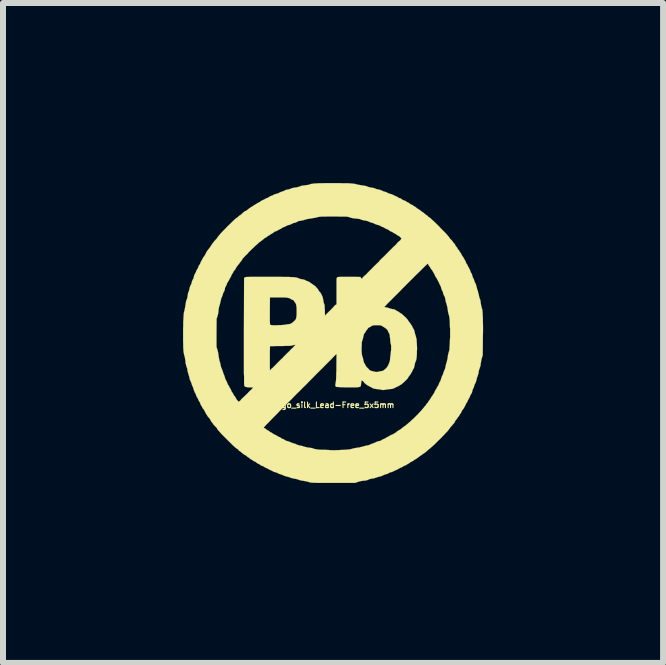
<source format=kicad_pcb>
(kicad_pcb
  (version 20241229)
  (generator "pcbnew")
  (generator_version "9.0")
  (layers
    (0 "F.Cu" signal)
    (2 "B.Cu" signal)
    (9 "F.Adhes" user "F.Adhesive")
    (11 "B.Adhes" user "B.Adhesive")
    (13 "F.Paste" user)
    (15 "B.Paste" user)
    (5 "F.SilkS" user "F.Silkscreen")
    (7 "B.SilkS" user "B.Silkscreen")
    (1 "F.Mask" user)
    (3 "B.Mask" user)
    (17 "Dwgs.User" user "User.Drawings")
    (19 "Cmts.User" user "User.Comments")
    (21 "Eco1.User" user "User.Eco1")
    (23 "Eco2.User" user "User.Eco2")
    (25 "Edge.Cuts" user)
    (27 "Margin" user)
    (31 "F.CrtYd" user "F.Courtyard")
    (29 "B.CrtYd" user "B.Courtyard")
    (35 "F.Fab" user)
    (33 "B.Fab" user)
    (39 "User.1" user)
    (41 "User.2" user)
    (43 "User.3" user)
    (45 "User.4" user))
  (footprint "Logo_silk_Lead-Free_5x5mm"
    (layer "F.Cu")
    (at 2.501 2.501)
    (property "Reference" "Logo_silk_Lead-Free_5x5mm" (at 0 1.2 0) (layer "F.SilkS") (effects (font (size 0.094 0.094) (thickness 0.018))))
    (attr exclude_from_pos_files exclude_from_bom)
    (fp_poly (pts (xy 2.499 -0.033) (xy 2.497 0.056) (xy 2.497 0.081) (xy 2.494 0.368) (xy 2.479 0.419) (xy 2.471 0.447) (xy 2.466 0.478) (xy 2.461 0.505) (xy 2.461 0.513) (xy 2.454 0.556) (xy 2.443 0.584) (xy 2.436 0.607) (xy 2.428 0.632) (xy 2.426 0.653) (xy 2.421 0.678) (xy 2.413 0.704) (xy 2.408 0.721) (xy 2.398 0.744) (xy 2.393 0.767) (xy 2.39 0.78) (xy 2.385 0.8) (xy 2.377 0.823) (xy 2.372 0.833) (xy 2.362 0.853) (xy 2.355 0.871) (xy 2.352 0.881) (xy 2.347 0.899) (xy 2.339 0.919) (xy 2.337 0.922) (xy 2.329 0.937) (xy 2.322 0.958) (xy 2.319 0.973) (xy 2.314 0.993) (xy 2.306 1.008) (xy 2.301 1.016) (xy 2.294 1.026) (xy 2.286 1.041) (xy 2.283 1.052) (xy 2.276 1.069) (xy 2.266 1.087) (xy 2.261 1.095) (xy 2.253 1.11) (xy 2.245 1.125) (xy 2.24 1.143) (xy 2.23 1.156) (xy 2.22 1.171) (xy 2.212 1.189) (xy 2.202 1.209) (xy 2.189 1.234) (xy 2.174 1.26) (xy 2.159 1.28) (xy 2.156 1.283) (xy 2.146 1.295) (xy 2.141 1.308) (xy 2.141 1.311) (xy 2.139 1.318) (xy 2.131 1.331) (xy 2.123 1.341) (xy 2.113 1.356) (xy 2.103 1.374) (xy 2.101 1.379) (xy 2.093 1.389) (xy 2.088 1.394) (xy 2.088 1.397) (xy 2.083 1.4) (xy 2.075 1.41) (xy 2.075 1.412) (xy 2.065 1.427) (xy 2.052 1.445) (xy 2.047 1.45) (xy 2.037 1.463) (xy 2.032 1.473) (xy 2.029 1.476) (xy 2.029 1.481) (xy 2.027 1.486) (xy 2.022 1.494) (xy 2.012 1.506) (xy 1.996 1.524) (xy 1.976 1.549) (xy 1.968 1.554) (xy 1.953 1.575) (xy 1.951 1.577) (xy 1.951 0.008) (xy 1.951 -0.008) (xy 1.951 -0.025) (xy 1.951 -0.046) (xy 1.951 -0.069) (xy 1.948 -0.097) (xy 1.946 -0.147) (xy 1.946 -0.188) (xy 1.943 -0.221) (xy 1.941 -0.246) (xy 1.938 -0.267) (xy 1.935 -0.282) (xy 1.933 -0.292) (xy 1.93 -0.302) (xy 1.928 -0.307) (xy 1.923 -0.325) (xy 1.918 -0.348) (xy 1.913 -0.373) (xy 1.913 -0.381) (xy 1.908 -0.414) (xy 1.902 -0.445) (xy 1.895 -0.47) (xy 1.887 -0.498) (xy 1.88 -0.518) (xy 1.875 -0.544) (xy 1.872 -0.559) (xy 1.867 -0.587) (xy 1.859 -0.61) (xy 1.857 -0.612) (xy 1.849 -0.627) (xy 1.839 -0.648) (xy 1.836 -0.66) (xy 1.831 -0.681) (xy 1.824 -0.699) (xy 1.819 -0.706) (xy 1.811 -0.721) (xy 1.806 -0.739) (xy 1.803 -0.747) (xy 1.798 -0.767) (xy 1.791 -0.787) (xy 1.788 -0.792) (xy 1.778 -0.81) (xy 1.768 -0.831) (xy 1.768 -0.833) (xy 1.758 -0.853) (xy 1.748 -0.874) (xy 1.745 -0.876) (xy 1.737 -0.892) (xy 1.732 -0.902) (xy 1.732 -0.904) (xy 1.727 -0.912) (xy 1.72 -0.922) (xy 1.717 -0.927) (xy 1.704 -0.945) (xy 1.697 -0.965) (xy 1.694 -0.968) (xy 1.687 -0.986) (xy 1.676 -1.003) (xy 1.674 -1.008) (xy 1.664 -1.024) (xy 1.659 -1.034) (xy 1.656 -1.036) (xy 1.654 -1.044) (xy 1.646 -1.054) (xy 1.636 -1.064) (xy 1.626 -1.079) (xy 1.623 -1.087) (xy 1.613 -1.102) (xy 1.605 -1.113) (xy 1.603 -1.115) (xy 1.598 -1.123) (xy 1.59 -1.135) (xy 1.59 -1.138) (xy 1.582 -1.151) (xy 1.577 -1.156) (xy 1.575 -1.156) (xy 1.572 -1.153) (xy 1.56 -1.14) (xy 1.542 -1.125) (xy 1.519 -1.102) (xy 1.491 -1.074) (xy 1.458 -1.041) (xy 1.422 -1.006) (xy 1.382 -0.968) (xy 1.341 -0.927) (xy 1.298 -0.884) (xy 1.252 -0.838) (xy 1.209 -0.795) (xy 1.163 -0.749) (xy 1.14 -0.726) (xy 1.14 -1.577) (xy 1.12 -1.598) (xy 1.105 -1.613) (xy 1.09 -1.621) (xy 1.082 -1.626) (xy 1.067 -1.633) (xy 1.054 -1.643) (xy 1.041 -1.654) (xy 1.029 -1.659) (xy 1.013 -1.666) (xy 1.003 -1.674) (xy 0.993 -1.681) (xy 0.978 -1.689) (xy 0.97 -1.692) (xy 0.953 -1.699) (xy 0.935 -1.709) (xy 0.932 -1.714) (xy 0.917 -1.725) (xy 0.899 -1.732) (xy 0.897 -1.732) (xy 0.879 -1.74) (xy 0.864 -1.75) (xy 0.861 -1.75) (xy 0.846 -1.76) (xy 0.828 -1.768) (xy 0.826 -1.768) (xy 0.808 -1.775) (xy 0.792 -1.783) (xy 0.792 -1.786) (xy 0.78 -1.791) (xy 0.762 -1.798) (xy 0.744 -1.803) (xy 0.724 -1.808) (xy 0.704 -1.816) (xy 0.693 -1.821) (xy 0.678 -1.829) (xy 0.658 -1.836) (xy 0.648 -1.839) (xy 0.627 -1.844) (xy 0.605 -1.854) (xy 0.597 -1.857) (xy 0.574 -1.867) (xy 0.541 -1.875) (xy 0.533 -1.875) (xy 0.508 -1.88) (xy 0.485 -1.885) (xy 0.467 -1.892) (xy 0.445 -1.9) (xy 0.414 -1.905) (xy 0.396 -1.908) (xy 0.361 -1.91) (xy 0.333 -1.915) (xy 0.312 -1.918) (xy 0.295 -1.923) (xy 0.279 -1.928) (xy 0.274 -1.93) (xy 0.267 -1.933) (xy 0.259 -1.935) (xy 0.251 -1.938) (xy 0.241 -1.938) (xy 0.226 -1.941) (xy 0.208 -1.941) (xy 0.183 -1.941) (xy 0.152 -1.941) (xy 0.114 -1.941) (xy 0.069 -1.943) (xy 0.01 -1.943) (xy -0.046 -1.943) (xy -0.091 -1.943) (xy -0.13 -1.941) (xy -0.16 -1.941) (xy -0.185 -1.941) (xy -0.206 -1.941) (xy -0.221 -1.938) (xy -0.234 -1.938) (xy -0.244 -1.935) (xy -0.254 -1.933) (xy -0.264 -1.93) (xy -0.267 -1.93) (xy -0.292 -1.923) (xy -0.323 -1.918) (xy -0.353 -1.913) (xy -0.368 -1.91) (xy -0.399 -1.905) (xy -0.432 -1.9) (xy -0.457 -1.892) (xy -0.467 -1.89) (xy -0.493 -1.882) (xy -0.518 -1.877) (xy -0.541 -1.872) (xy -0.574 -1.867) (xy -0.594 -1.857) (xy -0.612 -1.847) (xy -0.632 -1.839) (xy -0.638 -1.839) (xy -0.66 -1.834) (xy -0.681 -1.824) (xy -0.688 -1.821) (xy -0.706 -1.811) (xy -0.729 -1.803) (xy -0.739 -1.801) (xy -0.757 -1.796) (xy -0.775 -1.788) (xy -0.782 -1.786) (xy -0.795 -1.775) (xy -0.813 -1.77) (xy -0.815 -1.768) (xy -0.833 -1.763) (xy -0.846 -1.755) (xy -0.848 -1.753) (xy -0.861 -1.745) (xy -0.876 -1.735) (xy -0.889 -1.73) (xy -0.909 -1.72) (xy -0.927 -1.709) (xy -0.937 -1.704) (xy -0.95 -1.697) (xy -0.963 -1.694) (xy -0.965 -1.694) (xy -0.973 -1.692) (xy -0.983 -1.684) (xy -0.993 -1.674) (xy -1.011 -1.664) (xy -1.013 -1.661) (xy -1.031 -1.651) (xy -1.049 -1.641) (xy -1.052 -1.638) (xy -1.062 -1.628) (xy -1.072 -1.626) (xy -1.082 -1.621) (xy -1.092 -1.613) (xy -1.102 -1.605) (xy -1.115 -1.595) (xy -1.125 -1.59) (xy -1.13 -1.587) (xy -1.135 -1.585) (xy -1.148 -1.577) (xy -1.158 -1.567) (xy -1.179 -1.549) (xy -1.196 -1.537) (xy -1.209 -1.527) (xy -1.222 -1.519) (xy -1.232 -1.511) (xy -1.25 -1.494) (xy -1.273 -1.473) (xy -1.3 -1.45) (xy -1.328 -1.422) (xy -1.356 -1.397) (xy -1.384 -1.369) (xy -1.41 -1.344) (xy -1.415 -1.336) (xy -1.435 -1.313) (xy -1.458 -1.293) (xy -1.476 -1.273) (xy -1.488 -1.26) (xy -1.494 -1.255) (xy -1.506 -1.24) (xy -1.516 -1.224) (xy -1.521 -1.217) (xy -1.529 -1.204) (xy -1.534 -1.194) (xy -1.537 -1.194) (xy -1.544 -1.186) (xy -1.552 -1.176) (xy -1.562 -1.161) (xy -1.572 -1.148) (xy -1.587 -1.13) (xy -1.605 -1.107) (xy -1.618 -1.085) (xy -1.628 -1.067) (xy -1.633 -1.057) (xy -1.638 -1.049) (xy -1.641 -1.049) (xy -1.646 -1.044) (xy -1.654 -1.034) (xy -1.661 -1.019) (xy -1.671 -1.001) (xy -1.679 -0.988) (xy -1.684 -0.983) (xy -1.689 -0.975) (xy -1.694 -0.963) (xy -1.694 -0.96) (xy -1.702 -0.942) (xy -1.712 -0.925) (xy -1.722 -0.907) (xy -1.732 -0.889) (xy -1.74 -0.871) (xy -1.75 -0.859) (xy -1.75 -0.856) (xy -1.76 -0.843) (xy -1.768 -0.826) (xy -1.773 -0.81) (xy -1.781 -0.79) (xy -1.786 -0.785) (xy -1.796 -0.765) (xy -1.803 -0.742) (xy -1.803 -0.734) (xy -1.808 -0.714) (xy -1.816 -0.693) (xy -1.821 -0.688) (xy -1.829 -0.671) (xy -1.836 -0.65) (xy -1.839 -0.643) (xy -1.844 -0.622) (xy -1.854 -0.599) (xy -1.857 -0.594) (xy -1.864 -0.577) (xy -1.869 -0.554) (xy -1.875 -0.533) (xy -1.88 -0.508) (xy -1.887 -0.478) (xy -1.895 -0.455) (xy -1.902 -0.427) (xy -1.908 -0.394) (xy -1.91 -0.366) (xy -1.915 -0.325) (xy -1.925 -0.287) (xy -1.928 -0.277) (xy -1.941 -0.236) (xy -1.943 -0.003) (xy -1.943 0.231) (xy -1.928 0.277) (xy -1.92 0.307) (xy -1.913 0.343) (xy -1.908 0.381) (xy -1.908 0.384) (xy -1.902 0.417) (xy -1.897 0.445) (xy -1.892 0.465) (xy -1.892 0.467) (xy -1.885 0.485) (xy -1.88 0.508) (xy -1.875 0.528) (xy -1.869 0.559) (xy -1.859 0.587) (xy -1.854 0.597) (xy -1.847 0.615) (xy -1.839 0.635) (xy -1.836 0.645) (xy -1.831 0.663) (xy -1.824 0.683) (xy -1.819 0.693) (xy -1.811 0.714) (xy -1.803 0.737) (xy -1.801 0.747) (xy -1.796 0.765) (xy -1.788 0.78) (xy -1.786 0.785) (xy -1.778 0.798) (xy -1.77 0.815) (xy -1.765 0.826) (xy -1.76 0.843) (xy -1.753 0.859) (xy -1.748 0.864) (xy -1.737 0.879) (xy -1.732 0.894) (xy -1.73 0.894) (xy -1.722 0.912) (xy -1.712 0.927) (xy -1.704 0.94) (xy -1.697 0.958) (xy -1.694 0.963) (xy -1.689 0.978) (xy -1.681 0.988) (xy -1.679 0.991) (xy -1.671 1.001) (xy -1.664 1.016) (xy -1.661 1.021) (xy -1.654 1.036) (xy -1.643 1.049) (xy -1.641 1.052) (xy -1.631 1.064) (xy -1.623 1.079) (xy -1.615 1.095) (xy -1.603 1.113) (xy -1.595 1.12) (xy -1.577 1.146) (xy -1.557 1.133) (xy -1.547 1.125) (xy -1.537 1.115) (xy -1.532 1.105) (xy -1.521 1.095) (xy -1.506 1.082) (xy -1.486 1.062) (xy -1.458 1.036) (xy -1.427 1.006) (xy -1.417 0.996) (xy -1.41 0.986) (xy -1.4 0.978) (xy -1.392 0.968) (xy -1.387 0.963) (xy -1.379 0.958) (xy -1.369 0.947) (xy -1.356 0.935) (xy -1.344 0.922) (xy -1.336 0.912) (xy -1.331 0.907) (xy -1.336 0.907) (xy -1.349 0.907) (xy -1.369 0.904) (xy -1.384 0.904) (xy -1.42 0.904) (xy -1.445 0.899) (xy -1.466 0.894) (xy -1.476 0.884) (xy -1.478 0.879) (xy -1.481 0.874) (xy -1.481 0.869) (xy -1.481 0.856) (xy -1.483 0.841) (xy -1.483 0.818) (xy -1.483 0.792) (xy -1.483 0.759) (xy -1.483 0.721) (xy -1.486 0.676) (xy -1.486 0.622) (xy -1.486 0.561) (xy -1.486 0.493) (xy -1.486 0.417) (xy -1.486 0.33) (xy -1.486 0.236) (xy -1.486 0.132) (xy -1.486 0.018) (xy -1.486 -0.025) (xy -1.483 -0.917) (xy -1.471 -0.927) (xy -1.468 -0.93) (xy -1.466 -0.93) (xy -1.46 -0.932) (xy -1.453 -0.932) (xy -1.44 -0.935) (xy -1.425 -0.935) (xy -1.407 -0.935) (xy -1.382 -0.937) (xy -1.351 -0.937) (xy -1.313 -0.937) (xy -1.267 -0.937) (xy -1.212 -0.937) (xy -1.148 -0.937) (xy -1.097 -0.937) (xy -1.013 -0.937) (xy -0.94 -0.937) (xy -0.874 -0.937) (xy -0.818 -0.935) (xy -0.77 -0.935) (xy -0.729 -0.935) (xy -0.693 -0.932) (xy -0.665 -0.932) (xy -0.643 -0.93) (xy -0.622 -0.927) (xy -0.61 -0.925) (xy -0.597 -0.922) (xy -0.587 -0.917) (xy -0.584 -0.917) (xy -0.566 -0.909) (xy -0.546 -0.902) (xy -0.521 -0.897) (xy -0.518 -0.897) (xy -0.493 -0.892) (xy -0.472 -0.886) (xy -0.46 -0.879) (xy -0.447 -0.871) (xy -0.429 -0.866) (xy -0.419 -0.861) (xy -0.396 -0.853) (xy -0.384 -0.843) (xy -0.376 -0.833) (xy -0.368 -0.831) (xy -0.361 -0.828) (xy -0.348 -0.818) (xy -0.343 -0.815) (xy -0.328 -0.803) (xy -0.312 -0.792) (xy -0.31 -0.79) (xy -0.297 -0.782) (xy -0.284 -0.767) (xy -0.269 -0.749) (xy -0.254 -0.734) (xy -0.244 -0.716) (xy -0.236 -0.704) (xy -0.234 -0.699) (xy -0.229 -0.691) (xy -0.224 -0.686) (xy -0.216 -0.681) (xy -0.206 -0.665) (xy -0.196 -0.648) (xy -0.191 -0.638) (xy -0.178 -0.61) (xy -0.17 -0.584) (xy -0.165 -0.556) (xy -0.163 -0.549) (xy -0.16 -0.526) (xy -0.155 -0.505) (xy -0.15 -0.49) (xy -0.15 -0.488) (xy -0.145 -0.478) (xy -0.142 -0.465) (xy -0.14 -0.447) (xy -0.14 -0.422) (xy -0.137 -0.389) (xy -0.137 -0.381) (xy -0.135 -0.29) (xy -0.109 -0.318) (xy -0.094 -0.333) (xy -0.081 -0.345) (xy -0.074 -0.353) (xy -0.048 -0.378) (xy -0.025 -0.401) (xy -0.003 -0.424) (xy 0.013 -0.442) (xy 0.025 -0.457) (xy 0.038 -0.467) (xy 0.046 -0.472) (xy 0.058 -0.48) (xy 0.058 -0.699) (xy 0.058 -0.752) (xy 0.058 -0.795) (xy 0.058 -0.831) (xy 0.058 -0.859) (xy 0.058 -0.881) (xy 0.058 -0.897) (xy 0.061 -0.909) (xy 0.061 -0.917) (xy 0.064 -0.922) (xy 0.066 -0.925) (xy 0.069 -0.927) (xy 0.071 -0.93) (xy 0.076 -0.932) (xy 0.081 -0.932) (xy 0.091 -0.935) (xy 0.104 -0.935) (xy 0.124 -0.937) (xy 0.15 -0.937) (xy 0.183 -0.937) (xy 0.224 -0.937) (xy 0.262 -0.937) (xy 0.305 -0.937) (xy 0.345 -0.937) (xy 0.381 -0.937) (xy 0.411 -0.935) (xy 0.434 -0.935) (xy 0.45 -0.935) (xy 0.455 -0.935) (xy 0.462 -0.927) (xy 0.47 -0.914) (xy 0.475 -0.904) (xy 0.478 -0.902) (xy 0.483 -0.909) (xy 0.49 -0.919) (xy 0.5 -0.932) (xy 0.513 -0.945) (xy 0.526 -0.958) (xy 0.533 -0.963) (xy 0.536 -0.963) (xy 0.541 -0.968) (xy 0.551 -0.978) (xy 0.564 -0.991) (xy 0.566 -0.993) (xy 0.584 -1.013) (xy 0.607 -1.036) (xy 0.622 -1.052) (xy 0.638 -1.064) (xy 0.648 -1.077) (xy 0.655 -1.085) (xy 0.668 -1.097) (xy 0.686 -1.115) (xy 0.706 -1.135) (xy 0.726 -1.153) (xy 0.742 -1.171) (xy 0.744 -1.171) (xy 0.759 -1.184) (xy 0.767 -1.194) (xy 0.772 -1.199) (xy 0.775 -1.206) (xy 0.785 -1.217) (xy 0.798 -1.229) (xy 0.8 -1.232) (xy 0.815 -1.245) (xy 0.826 -1.257) (xy 0.833 -1.262) (xy 0.838 -1.267) (xy 0.851 -1.28) (xy 0.866 -1.295) (xy 0.884 -1.313) (xy 0.886 -1.316) (xy 0.904 -1.333) (xy 0.922 -1.351) (xy 0.932 -1.364) (xy 0.94 -1.369) (xy 0.947 -1.377) (xy 0.958 -1.387) (xy 0.97 -1.4) (xy 0.978 -1.407) (xy 0.991 -1.42) (xy 1.003 -1.435) (xy 1.024 -1.45) (xy 1.026 -1.455) (xy 1.041 -1.468) (xy 1.052 -1.478) (xy 1.054 -1.483) (xy 1.059 -1.488) (xy 1.067 -1.499) (xy 1.079 -1.511) (xy 1.092 -1.524) (xy 1.105 -1.534) (xy 1.113 -1.539) (xy 1.118 -1.544) (xy 1.125 -1.554) (xy 1.13 -1.56) (xy 1.14 -1.577) (xy 1.14 -0.726) (xy 1.12 -0.704) (xy 1.077 -0.66) (xy 1.036 -0.62) (xy 0.998 -0.582) (xy 0.963 -0.546) (xy 0.932 -0.516) (xy 0.904 -0.488) (xy 0.884 -0.465) (xy 0.869 -0.45) (xy 0.859 -0.439) (xy 0.856 -0.434) (xy 0.864 -0.432) (xy 0.876 -0.429) (xy 0.889 -0.427) (xy 0.912 -0.422) (xy 0.937 -0.414) (xy 0.947 -0.409) (xy 0.968 -0.404) (xy 0.991 -0.399) (xy 0.998 -0.399) (xy 1.024 -0.394) (xy 1.036 -0.386) (xy 1.052 -0.376) (xy 1.069 -0.366) (xy 1.074 -0.363) (xy 1.09 -0.356) (xy 1.102 -0.348) (xy 1.107 -0.343) (xy 1.118 -0.335) (xy 1.133 -0.328) (xy 1.143 -0.32) (xy 1.158 -0.307) (xy 1.176 -0.292) (xy 1.194 -0.274) (xy 1.214 -0.257) (xy 1.229 -0.239) (xy 1.242 -0.224) (xy 1.25 -0.213) (xy 1.252 -0.208) (xy 1.255 -0.201) (xy 1.265 -0.191) (xy 1.27 -0.183) (xy 1.28 -0.17) (xy 1.288 -0.16) (xy 1.29 -0.157) (xy 1.293 -0.15) (xy 1.3 -0.137) (xy 1.303 -0.137) (xy 1.313 -0.124) (xy 1.321 -0.107) (xy 1.323 -0.102) (xy 1.331 -0.084) (xy 1.339 -0.069) (xy 1.344 -0.066) (xy 1.351 -0.048) (xy 1.359 -0.023) (xy 1.359 -0.018) (xy 1.364 0.005) (xy 1.372 0.03) (xy 1.377 0.048) (xy 1.384 0.071) (xy 1.392 0.107) (xy 1.394 0.147) (xy 1.397 0.198) (xy 1.4 0.254) (xy 1.397 0.312) (xy 1.397 0.348) (xy 1.394 0.384) (xy 1.392 0.411) (xy 1.389 0.429) (xy 1.387 0.445) (xy 1.384 0.455) (xy 1.382 0.46) (xy 1.379 0.465) (xy 1.372 0.483) (xy 1.364 0.508) (xy 1.361 0.526) (xy 1.354 0.556) (xy 1.349 0.579) (xy 1.341 0.594) (xy 1.331 0.61) (xy 1.323 0.625) (xy 1.323 0.627) (xy 1.318 0.64) (xy 1.306 0.66) (xy 1.293 0.681) (xy 1.278 0.704) (xy 1.273 0.711) (xy 1.26 0.726) (xy 1.25 0.744) (xy 1.245 0.754) (xy 1.232 0.767) (xy 1.217 0.785) (xy 1.196 0.803) (xy 1.176 0.823) (xy 1.158 0.838) (xy 1.143 0.851) (xy 1.13 0.861) (xy 1.125 0.864) (xy 1.118 0.866) (xy 1.107 0.874) (xy 1.102 0.876) (xy 1.087 0.886) (xy 1.067 0.894) (xy 1.049 0.902) (xy 1.031 0.912) (xy 1.026 0.914) (xy 1.016 0.919) (xy 1.003 0.925) (xy 0.986 0.93) (xy 0.968 0.932) (xy 0.968 0.239) (xy 0.968 0.211) (xy 0.965 0.191) (xy 0.96 0.178) (xy 0.958 0.163) (xy 0.955 0.142) (xy 0.953 0.117) (xy 0.95 0.081) (xy 0.947 0.066) (xy 0.945 0.041) (xy 0.942 0.023) (xy 0.937 0.01) (xy 0.932 0) (xy 0.93 0) (xy 0.922 -0.015) (xy 0.917 -0.028) (xy 0.917 -0.03) (xy 0.912 -0.041) (xy 0.902 -0.056) (xy 0.886 -0.071) (xy 0.871 -0.084) (xy 0.853 -0.094) (xy 0.851 -0.097) (xy 0.833 -0.107) (xy 0.818 -0.117) (xy 0.81 -0.122) (xy 0.805 -0.124) (xy 0.792 -0.127) (xy 0.78 -0.13) (xy 0.757 -0.13) (xy 0.729 -0.13) (xy 0.701 -0.13) (xy 0.681 -0.13) (xy 0.665 -0.127) (xy 0.655 -0.124) (xy 0.648 -0.122) (xy 0.64 -0.117) (xy 0.638 -0.114) (xy 0.622 -0.104) (xy 0.605 -0.097) (xy 0.602 -0.094) (xy 0.592 -0.089) (xy 0.584 -0.084) (xy 0.582 -0.079) (xy 0.574 -0.066) (xy 0.564 -0.056) (xy 0.554 -0.041) (xy 0.544 -0.028) (xy 0.544 -0.023) (xy 0.538 -0.015) (xy 0.531 -0.003) (xy 0.526 0) (xy 0.516 0.015) (xy 0.511 0.033) (xy 0.505 0.056) (xy 0.5 0.081) (xy 0.493 0.107) (xy 0.488 0.124) (xy 0.483 0.137) (xy 0.48 0.147) (xy 0.478 0.163) (xy 0.478 0.18) (xy 0.478 0.203) (xy 0.475 0.234) (xy 0.475 0.257) (xy 0.475 0.295) (xy 0.478 0.323) (xy 0.478 0.343) (xy 0.48 0.358) (xy 0.483 0.368) (xy 0.485 0.378) (xy 0.485 0.381) (xy 0.49 0.396) (xy 0.498 0.417) (xy 0.503 0.442) (xy 0.503 0.447) (xy 0.511 0.478) (xy 0.516 0.495) (xy 0.521 0.503) (xy 0.531 0.516) (xy 0.538 0.531) (xy 0.538 0.533) (xy 0.544 0.544) (xy 0.556 0.561) (xy 0.572 0.579) (xy 0.582 0.587) (xy 0.597 0.605) (xy 0.61 0.617) (xy 0.622 0.625) (xy 0.638 0.63) (xy 0.658 0.635) (xy 0.663 0.638) (xy 0.691 0.643) (xy 0.711 0.648) (xy 0.726 0.648) (xy 0.742 0.648) (xy 0.759 0.643) (xy 0.767 0.64) (xy 0.787 0.638) (xy 0.805 0.635) (xy 0.813 0.632) (xy 0.823 0.63) (xy 0.838 0.625) (xy 0.856 0.612) (xy 0.866 0.602) (xy 0.884 0.587) (xy 0.897 0.572) (xy 0.909 0.554) (xy 0.922 0.528) (xy 0.925 0.523) (xy 0.935 0.498) (xy 0.942 0.48) (xy 0.947 0.46) (xy 0.95 0.437) (xy 0.95 0.429) (xy 0.953 0.399) (xy 0.958 0.368) (xy 0.96 0.34) (xy 0.96 0.338) (xy 0.965 0.305) (xy 0.968 0.272) (xy 0.968 0.239) (xy 0.968 0.932) (xy 0.963 0.932) (xy 0.94 0.935) (xy 0.912 0.937) (xy 0.886 0.942) (xy 0.866 0.945) (xy 0.853 0.947) (xy 0.831 0.95) (xy 0.818 0.947) (xy 0.805 0.945) (xy 0.785 0.94) (xy 0.759 0.937) (xy 0.737 0.935) (xy 0.706 0.93) (xy 0.686 0.927) (xy 0.671 0.922) (xy 0.66 0.917) (xy 0.658 0.917) (xy 0.643 0.907) (xy 0.625 0.899) (xy 0.622 0.897) (xy 0.592 0.881) (xy 0.559 0.861) (xy 0.528 0.836) (xy 0.513 0.818) (xy 0.498 0.8) (xy 0.485 0.792) (xy 0.478 0.792) (xy 0.472 0.8) (xy 0.47 0.82) (xy 0.467 0.838) (xy 0.465 0.864) (xy 0.462 0.881) (xy 0.455 0.892) (xy 0.442 0.897) (xy 0.422 0.902) (xy 0.414 0.902) (xy 0.394 0.904) (xy 0.368 0.904) (xy 0.338 0.904) (xy 0.302 0.904) (xy 0.264 0.904) (xy 0.224 0.904) (xy 0.185 0.904) (xy 0.15 0.902) (xy 0.117 0.902) (xy 0.089 0.899) (xy 0.069 0.899) (xy 0.056 0.897) (xy 0.053 0.897) (xy 0.043 0.889) (xy 0.038 0.876) (xy 0.038 0.859) (xy 0.043 0.833) (xy 0.043 0.826) (xy 0.046 0.813) (xy 0.048 0.795) (xy 0.051 0.775) (xy 0.051 0.747) (xy 0.053 0.714) (xy 0.053 0.671) (xy 0.056 0.622) (xy 0.056 0.566) (xy 0.058 0.348) (xy 0.046 0.358) (xy 0.038 0.366) (xy 0.023 0.381) (xy 0 0.404) (xy -0.023 0.429) (xy -0.056 0.462) (xy -0.094 0.5) (xy -0.135 0.541) (xy -0.18 0.587) (xy -0.229 0.635) (xy -0.282 0.688) (xy -0.335 0.742) (xy -0.391 0.798) (xy -0.447 0.856) (xy -0.505 0.912) (xy -0.564 0.973) (xy -0.607 1.013) (xy -0.607 -0.361) (xy -0.607 -0.366) (xy -0.607 -0.409) (xy -0.61 -0.442) (xy -0.615 -0.47) (xy -0.62 -0.488) (xy -0.63 -0.503) (xy -0.632 -0.508) (xy -0.643 -0.521) (xy -0.65 -0.533) (xy -0.653 -0.536) (xy -0.658 -0.546) (xy -0.676 -0.554) (xy -0.681 -0.556) (xy -0.699 -0.564) (xy -0.714 -0.574) (xy -0.719 -0.577) (xy -0.732 -0.582) (xy -0.752 -0.587) (xy -0.777 -0.592) (xy -0.813 -0.594) (xy -0.856 -0.594) (xy -0.909 -0.594) (xy -0.932 -0.594) (xy -1.052 -0.594) (xy -1.054 -0.368) (xy -1.054 -0.312) (xy -1.054 -0.264) (xy -1.054 -0.226) (xy -1.054 -0.196) (xy -1.052 -0.173) (xy -1.052 -0.157) (xy -1.049 -0.145) (xy -1.049 -0.14) (xy -1.046 -0.137) (xy -1.039 -0.135) (xy -1.024 -0.132) (xy -0.998 -0.13) (xy -0.97 -0.13) (xy -0.937 -0.13) (xy -0.904 -0.132) (xy -0.871 -0.132) (xy -0.841 -0.135) (xy -0.815 -0.137) (xy -0.795 -0.14) (xy -0.792 -0.14) (xy -0.77 -0.145) (xy -0.744 -0.147) (xy -0.726 -0.15) (xy -0.704 -0.157) (xy -0.678 -0.173) (xy -0.653 -0.196) (xy -0.645 -0.203) (xy -0.635 -0.213) (xy -0.632 -0.216) (xy -0.622 -0.229) (xy -0.615 -0.249) (xy -0.61 -0.277) (xy -0.607 -0.315) (xy -0.607 -0.361) (xy -0.607 1.013) (xy -0.622 1.031) (xy -0.63 1.036) (xy -0.63 0.198) (xy -0.632 0.196) (xy -0.64 0.196) (xy -0.65 0.198) (xy -0.668 0.203) (xy -0.678 0.206) (xy -0.688 0.208) (xy -0.699 0.211) (xy -0.714 0.211) (xy -0.732 0.213) (xy -0.757 0.213) (xy -0.79 0.213) (xy -0.831 0.216) (xy -0.874 0.216) (xy -0.917 0.216) (xy -0.955 0.216) (xy -0.988 0.218) (xy -1.016 0.218) (xy -1.036 0.218) (xy -1.046 0.218) (xy -1.049 0.221) (xy -1.052 0.226) (xy -1.052 0.241) (xy -1.052 0.264) (xy -1.054 0.292) (xy -1.054 0.328) (xy -1.054 0.363) (xy -1.054 0.404) (xy -1.054 0.445) (xy -1.054 0.483) (xy -1.054 0.521) (xy -1.054 0.554) (xy -1.054 0.582) (xy -1.052 0.605) (xy -1.052 0.617) (xy -1.049 0.622) (xy -1.044 0.617) (xy -1.039 0.61) (xy -1.031 0.599) (xy -1.029 0.597) (xy -1.024 0.592) (xy -1.011 0.582) (xy -0.996 0.569) (xy -0.978 0.549) (xy -0.958 0.531) (xy -0.937 0.508) (xy -0.922 0.493) (xy -0.917 0.488) (xy -0.904 0.475) (xy -0.886 0.457) (xy -0.866 0.437) (xy -0.843 0.417) (xy -0.823 0.394) (xy -0.8 0.371) (xy -0.78 0.351) (xy -0.762 0.333) (xy -0.752 0.323) (xy -0.744 0.318) (xy -0.744 0.315) (xy -0.737 0.31) (xy -0.724 0.297) (xy -0.709 0.279) (xy -0.691 0.262) (xy -0.671 0.244) (xy -0.655 0.226) (xy -0.643 0.213) (xy -0.635 0.206) (xy -0.63 0.198) (xy -0.63 1.036) (xy -0.681 1.09) (xy -0.737 1.146) (xy -0.792 1.201) (xy -0.846 1.255) (xy -0.897 1.306) (xy -0.942 1.354) (xy -0.986 1.397) (xy -1.026 1.438) (xy -1.062 1.476) (xy -1.092 1.506) (xy -1.118 1.532) (xy -1.135 1.552) (xy -1.148 1.565) (xy -1.153 1.57) (xy -1.156 1.57) (xy -1.151 1.58) (xy -1.14 1.587) (xy -1.125 1.595) (xy -1.11 1.608) (xy -1.107 1.61) (xy -1.095 1.618) (xy -1.085 1.626) (xy -1.082 1.626) (xy -1.074 1.628) (xy -1.064 1.636) (xy -1.059 1.641) (xy -1.046 1.651) (xy -1.036 1.656) (xy -1.034 1.656) (xy -1.026 1.659) (xy -1.016 1.666) (xy -1.008 1.671) (xy -0.991 1.684) (xy -0.973 1.692) (xy -0.968 1.694) (xy -0.953 1.702) (xy -0.932 1.712) (xy -0.93 1.717) (xy -0.914 1.725) (xy -0.904 1.73) (xy -0.899 1.732) (xy -0.889 1.735) (xy -0.876 1.742) (xy -0.874 1.745) (xy -0.859 1.755) (xy -0.841 1.765) (xy -0.836 1.765) (xy -0.818 1.773) (xy -0.805 1.783) (xy -0.8 1.786) (xy -0.79 1.791) (xy -0.772 1.798) (xy -0.759 1.801) (xy -0.737 1.808) (xy -0.716 1.816) (xy -0.706 1.821) (xy -0.686 1.829) (xy -0.665 1.836) (xy -0.658 1.839) (xy -0.635 1.844) (xy -0.615 1.854) (xy -0.61 1.857) (xy -0.589 1.864) (xy -0.566 1.872) (xy -0.556 1.875) (xy -0.531 1.877) (xy -0.505 1.885) (xy -0.493 1.89) (xy -0.472 1.895) (xy -0.447 1.902) (xy -0.419 1.908) (xy -0.401 1.91) (xy -0.373 1.913) (xy -0.351 1.918) (xy -0.333 1.923) (xy -0.325 1.925) (xy -0.305 1.933) (xy -0.274 1.938) (xy -0.236 1.943) (xy -0.191 1.946) (xy -0.165 1.946) (xy -0.135 1.946) (xy -0.104 1.948) (xy -0.076 1.948) (xy -0.061 1.951) (xy -0.038 1.951) (xy -0.008 1.953) (xy 0.018 1.953) (xy 0.028 1.953) (xy 0.058 1.951) (xy 0.094 1.951) (xy 0.127 1.948) (xy 0.14 1.948) (xy 0.188 1.946) (xy 0.226 1.943) (xy 0.257 1.941) (xy 0.279 1.938) (xy 0.3 1.933) (xy 0.315 1.93) (xy 0.318 1.928) (xy 0.338 1.923) (xy 0.361 1.918) (xy 0.389 1.913) (xy 0.406 1.91) (xy 0.434 1.908) (xy 0.46 1.9) (xy 0.483 1.895) (xy 0.493 1.892) (xy 0.511 1.887) (xy 0.536 1.88) (xy 0.559 1.875) (xy 0.582 1.872) (xy 0.605 1.864) (xy 0.62 1.857) (xy 0.638 1.849) (xy 0.66 1.841) (xy 0.668 1.839) (xy 0.686 1.831) (xy 0.704 1.824) (xy 0.709 1.821) (xy 0.724 1.814) (xy 0.742 1.806) (xy 0.759 1.803) (xy 0.78 1.798) (xy 0.798 1.791) (xy 0.808 1.786) (xy 0.823 1.775) (xy 0.838 1.768) (xy 0.841 1.768) (xy 0.859 1.76) (xy 0.876 1.753) (xy 0.876 1.75) (xy 0.892 1.74) (xy 0.909 1.732) (xy 0.912 1.73) (xy 0.927 1.722) (xy 0.94 1.714) (xy 0.942 1.712) (xy 0.953 1.707) (xy 0.968 1.699) (xy 0.98 1.694) (xy 0.998 1.687) (xy 1.011 1.679) (xy 1.019 1.674) (xy 1.026 1.669) (xy 1.041 1.661) (xy 1.041 1.659) (xy 1.054 1.654) (xy 1.059 1.648) (xy 1.059 1.646) (xy 1.064 1.641) (xy 1.074 1.633) (xy 1.085 1.628) (xy 1.123 1.605) (xy 1.153 1.582) (xy 1.161 1.575) (xy 1.173 1.565) (xy 1.189 1.554) (xy 1.201 1.547) (xy 1.214 1.537) (xy 1.224 1.527) (xy 1.242 1.514) (xy 1.257 1.499) (xy 1.285 1.476) (xy 1.318 1.445) (xy 1.351 1.415) (xy 1.379 1.387) (xy 1.384 1.382) (xy 1.415 1.351) (xy 1.44 1.323) (xy 1.46 1.303) (xy 1.476 1.285) (xy 1.488 1.27) (xy 1.499 1.257) (xy 1.514 1.24) (xy 1.527 1.222) (xy 1.537 1.214) (xy 1.547 1.199) (xy 1.557 1.184) (xy 1.56 1.181) (xy 1.567 1.171) (xy 1.575 1.163) (xy 1.582 1.156) (xy 1.585 1.151) (xy 1.59 1.138) (xy 1.6 1.125) (xy 1.605 1.12) (xy 1.615 1.105) (xy 1.626 1.09) (xy 1.628 1.085) (xy 1.636 1.069) (xy 1.646 1.059) (xy 1.646 1.057) (xy 1.654 1.046) (xy 1.656 1.041) (xy 1.661 1.034) (xy 1.669 1.021) (xy 1.674 1.016) (xy 1.684 0.998) (xy 1.694 0.98) (xy 1.694 0.975) (xy 1.702 0.96) (xy 1.709 0.947) (xy 1.709 0.945) (xy 1.72 0.932) (xy 1.727 0.917) (xy 1.73 0.912) (xy 1.737 0.897) (xy 1.745 0.884) (xy 1.748 0.881) (xy 1.755 0.869) (xy 1.763 0.853) (xy 1.763 0.848) (xy 1.77 0.831) (xy 1.781 0.81) (xy 1.783 0.81) (xy 1.791 0.792) (xy 1.798 0.772) (xy 1.803 0.757) (xy 1.808 0.737) (xy 1.816 0.719) (xy 1.821 0.709) (xy 1.829 0.693) (xy 1.836 0.676) (xy 1.836 0.673) (xy 1.841 0.655) (xy 1.849 0.635) (xy 1.854 0.622) (xy 1.864 0.602) (xy 1.872 0.574) (xy 1.875 0.556) (xy 1.88 0.531) (xy 1.887 0.503) (xy 1.895 0.483) (xy 1.9 0.457) (xy 1.908 0.429) (xy 1.91 0.409) (xy 1.913 0.384) (xy 1.918 0.356) (xy 1.925 0.33) (xy 1.925 0.328) (xy 1.93 0.312) (xy 1.935 0.297) (xy 1.938 0.282) (xy 1.941 0.264) (xy 1.941 0.239) (xy 1.943 0.211) (xy 1.946 0.173) (xy 1.946 0.152) (xy 1.948 0.109) (xy 1.951 0.076) (xy 1.951 0.048) (xy 1.951 0.025) (xy 1.951 0.008) (xy 1.951 1.577) (xy 1.941 1.593) (xy 1.93 1.605) (xy 1.928 1.608) (xy 1.918 1.623) (xy 1.9 1.643) (xy 1.877 1.666) (xy 1.849 1.697) (xy 1.819 1.727) (xy 1.788 1.76) (xy 1.755 1.791) (xy 1.722 1.824) (xy 1.692 1.854) (xy 1.664 1.88) (xy 1.638 1.902) (xy 1.621 1.918) (xy 1.608 1.928) (xy 1.598 1.935) (xy 1.585 1.948) (xy 1.567 1.963) (xy 1.557 1.971) (xy 1.542 1.984) (xy 1.527 1.996) (xy 1.516 2.002) (xy 1.516 2.004) (xy 1.509 2.007) (xy 1.499 2.014) (xy 1.486 2.024) (xy 1.471 2.035) (xy 1.46 2.042) (xy 1.443 2.055) (xy 1.422 2.068) (xy 1.415 2.075) (xy 1.397 2.088) (xy 1.382 2.098) (xy 1.372 2.103) (xy 1.369 2.106) (xy 1.361 2.108) (xy 1.351 2.116) (xy 1.346 2.121) (xy 1.331 2.131) (xy 1.313 2.141) (xy 1.311 2.141) (xy 1.293 2.149) (xy 1.278 2.162) (xy 1.267 2.169) (xy 1.26 2.174) (xy 1.252 2.177) (xy 1.24 2.184) (xy 1.232 2.189) (xy 1.217 2.2) (xy 1.201 2.207) (xy 1.196 2.207) (xy 1.181 2.215) (xy 1.166 2.223) (xy 1.158 2.228) (xy 1.143 2.238) (xy 1.128 2.243) (xy 1.123 2.245) (xy 1.11 2.25) (xy 1.095 2.261) (xy 1.092 2.261) (xy 1.077 2.271) (xy 1.059 2.278) (xy 1.054 2.281) (xy 1.036 2.289) (xy 1.016 2.299) (xy 1.013 2.299) (xy 0.996 2.309) (xy 0.975 2.316) (xy 0.965 2.319) (xy 0.947 2.324) (xy 0.927 2.334) (xy 0.922 2.337) (xy 0.904 2.347) (xy 0.884 2.352) (xy 0.881 2.352) (xy 0.866 2.357) (xy 0.846 2.365) (xy 0.831 2.372) (xy 0.808 2.383) (xy 0.785 2.39) (xy 0.77 2.393) (xy 0.749 2.398) (xy 0.729 2.405) (xy 0.719 2.408) (xy 0.704 2.413) (xy 0.683 2.421) (xy 0.658 2.423) (xy 0.655 2.426) (xy 0.632 2.428) (xy 0.615 2.433) (xy 0.602 2.436) (xy 0.599 2.438) (xy 0.582 2.446) (xy 0.559 2.454) (xy 0.528 2.459) (xy 0.5 2.461) (xy 0.467 2.466) (xy 0.434 2.474) (xy 0.409 2.482) (xy 0.368 2.497) (xy 0.043 2.497) (xy -0.013 2.497) (xy -0.071 2.497) (xy -0.127 2.497) (xy -0.178 2.497) (xy -0.224 2.497) (xy -0.262 2.497) (xy -0.295 2.494) (xy -0.32 2.494) (xy -0.333 2.494) (xy -0.363 2.492) (xy -0.391 2.487) (xy -0.414 2.479) (xy -0.417 2.479) (xy -0.434 2.474) (xy -0.46 2.469) (xy -0.488 2.464) (xy -0.498 2.461) (xy -0.538 2.456) (xy -0.569 2.446) (xy -0.577 2.443) (xy -0.597 2.436) (xy -0.62 2.431) (xy -0.645 2.426) (xy -0.671 2.421) (xy -0.693 2.416) (xy -0.711 2.41) (xy -0.711 2.408) (xy -0.729 2.403) (xy -0.752 2.395) (xy -0.767 2.393) (xy -0.792 2.385) (xy -0.818 2.377) (xy -0.831 2.37) (xy -0.851 2.362) (xy -0.869 2.355) (xy -0.879 2.352) (xy -0.897 2.347) (xy -0.914 2.339) (xy -0.917 2.337) (xy -0.932 2.329) (xy -0.953 2.322) (xy -0.963 2.319) (xy -0.983 2.314) (xy -1.001 2.306) (xy -1.006 2.301) (xy -1.021 2.294) (xy -1.039 2.286) (xy -1.044 2.283) (xy -1.062 2.276) (xy -1.074 2.268) (xy -1.079 2.266) (xy -1.09 2.258) (xy -1.107 2.25) (xy -1.11 2.25) (xy -1.128 2.243) (xy -1.14 2.235) (xy -1.143 2.233) (xy -1.153 2.225) (xy -1.171 2.217) (xy -1.176 2.215) (xy -1.194 2.21) (xy -1.214 2.197) (xy -1.217 2.195) (xy -1.232 2.184) (xy -1.242 2.179) (xy -1.245 2.179) (xy -1.252 2.177) (xy -1.265 2.167) (xy -1.273 2.162) (xy -1.288 2.149) (xy -1.303 2.141) (xy -1.308 2.139) (xy -1.323 2.134) (xy -1.336 2.123) (xy -1.351 2.113) (xy -1.369 2.103) (xy -1.372 2.103) (xy -1.382 2.095) (xy -1.389 2.09) (xy -1.394 2.083) (xy -1.405 2.075) (xy -1.41 2.073) (xy -1.425 2.065) (xy -1.433 2.057) (xy -1.435 2.055) (xy -1.443 2.047) (xy -1.455 2.04) (xy -1.458 2.037) (xy -1.468 2.032) (xy -1.476 2.029) (xy -1.486 2.022) (xy -1.499 2.012) (xy -1.519 1.996) (xy -1.537 1.981) (xy -1.549 1.971) (xy -1.562 1.963) (xy -1.567 1.961) (xy -1.572 1.956) (xy -1.577 1.948) (xy -1.585 1.938) (xy -1.6 1.928) (xy -1.603 1.928) (xy -1.613 1.92) (xy -1.628 1.908) (xy -1.648 1.89) (xy -1.674 1.867) (xy -1.699 1.841) (xy -1.73 1.811) (xy -1.76 1.781) (xy -1.791 1.75) (xy -1.821 1.72) (xy -1.849 1.692) (xy -1.875 1.664) (xy -1.895 1.641) (xy -1.913 1.621) (xy -1.925 1.608) (xy -1.928 1.6) (xy -1.928 1.598) (xy -1.933 1.59) (xy -1.943 1.575) (xy -1.963 1.557) (xy -1.981 1.537) (xy -1.991 1.527) (xy -1.996 1.519) (xy -1.999 1.516) (xy -2.002 1.509) (xy -2.009 1.499) (xy -2.017 1.491) (xy -2.027 1.478) (xy -2.035 1.468) (xy -2.035 1.463) (xy -2.04 1.455) (xy -2.047 1.443) (xy -2.052 1.433) (xy -2.07 1.41) (xy -2.085 1.394) (xy -2.093 1.382) (xy -2.101 1.369) (xy -2.108 1.359) (xy -2.111 1.354) (xy -2.123 1.333) (xy -2.134 1.313) (xy -2.136 1.306) (xy -2.149 1.285) (xy -2.159 1.267) (xy -2.164 1.262) (xy -2.174 1.252) (xy -2.179 1.242) (xy -2.179 1.24) (xy -2.182 1.232) (xy -2.189 1.219) (xy -2.195 1.212) (xy -2.205 1.196) (xy -2.212 1.179) (xy -2.212 1.173) (xy -2.22 1.156) (xy -2.23 1.14) (xy -2.24 1.125) (xy -2.245 1.11) (xy -2.253 1.095) (xy -2.261 1.077) (xy -2.266 1.072) (xy -2.276 1.054) (xy -2.283 1.036) (xy -2.283 1.031) (xy -2.291 1.013) (xy -2.299 0.996) (xy -2.301 0.996) (xy -2.309 0.98) (xy -2.316 0.958) (xy -2.322 0.947) (xy -2.327 0.925) (xy -2.334 0.904) (xy -2.339 0.894) (xy -2.347 0.876) (xy -2.355 0.856) (xy -2.355 0.851) (xy -2.362 0.831) (xy -2.37 0.81) (xy -2.372 0.808) (xy -2.38 0.79) (xy -2.388 0.77) (xy -2.393 0.747) (xy -2.393 0.744) (xy -2.4 0.719) (xy -2.408 0.693) (xy -2.413 0.673) (xy -2.421 0.65) (xy -2.426 0.622) (xy -2.428 0.607) (xy -2.433 0.584) (xy -2.441 0.561) (xy -2.446 0.549) (xy -2.451 0.526) (xy -2.459 0.498) (xy -2.461 0.46) (xy -2.466 0.429) (xy -2.471 0.401) (xy -2.477 0.381) (xy -2.479 0.371) (xy -2.484 0.356) (xy -2.487 0.335) (xy -2.492 0.31) (xy -2.494 0.277) (xy -2.497 0.239) (xy -2.497 0.191) (xy -2.499 0.135) (xy -2.499 0.071) (xy -2.499 0.015) (xy -2.499 -0.058) (xy -2.497 -0.124) (xy -2.497 -0.183) (xy -2.494 -0.231) (xy -2.492 -0.272) (xy -2.489 -0.307) (xy -2.487 -0.335) (xy -2.482 -0.356) (xy -2.479 -0.366) (xy -2.474 -0.386) (xy -2.469 -0.414) (xy -2.464 -0.442) (xy -2.459 -0.467) (xy -2.454 -0.505) (xy -2.449 -0.533) (xy -2.441 -0.554) (xy -2.433 -0.572) (xy -2.428 -0.594) (xy -2.423 -0.62) (xy -2.421 -0.645) (xy -2.416 -0.665) (xy -2.41 -0.683) (xy -2.408 -0.686) (xy -2.403 -0.701) (xy -2.395 -0.724) (xy -2.393 -0.739) (xy -2.388 -0.762) (xy -2.38 -0.785) (xy -2.375 -0.795) (xy -2.365 -0.813) (xy -2.357 -0.836) (xy -2.355 -0.851) (xy -2.347 -0.871) (xy -2.342 -0.886) (xy -2.334 -0.897) (xy -2.327 -0.909) (xy -2.322 -0.93) (xy -2.319 -0.942) (xy -2.314 -0.963) (xy -2.306 -0.98) (xy -2.301 -0.988) (xy -2.294 -1.001) (xy -2.286 -1.016) (xy -2.283 -1.026) (xy -2.276 -1.044) (xy -2.268 -1.057) (xy -2.266 -1.062) (xy -2.258 -1.072) (xy -2.25 -1.09) (xy -2.245 -1.1) (xy -2.24 -1.118) (xy -2.233 -1.13) (xy -2.228 -1.135) (xy -2.22 -1.146) (xy -2.212 -1.161) (xy -2.21 -1.173) (xy -2.202 -1.189) (xy -2.197 -1.201) (xy -2.195 -1.206) (xy -2.187 -1.212) (xy -2.182 -1.224) (xy -2.179 -1.229) (xy -2.172 -1.245) (xy -2.164 -1.26) (xy -2.162 -1.262) (xy -2.149 -1.278) (xy -2.136 -1.298) (xy -2.121 -1.326) (xy -2.111 -1.349) (xy -2.098 -1.367) (xy -2.085 -1.387) (xy -2.08 -1.392) (xy -2.068 -1.407) (xy -2.055 -1.425) (xy -2.052 -1.427) (xy -2.042 -1.445) (xy -2.029 -1.463) (xy -2.027 -1.466) (xy -2.017 -1.481) (xy -2.007 -1.496) (xy -2.004 -1.499) (xy -1.996 -1.509) (xy -1.984 -1.527) (xy -1.968 -1.544) (xy -1.963 -1.549) (xy -1.948 -1.565) (xy -1.935 -1.58) (xy -1.93 -1.587) (xy -1.928 -1.59) (xy -1.925 -1.598) (xy -1.915 -1.61) (xy -1.897 -1.631) (xy -1.877 -1.656) (xy -1.852 -1.681) (xy -1.824 -1.712) (xy -1.793 -1.742) (xy -1.763 -1.775) (xy -1.73 -1.806) (xy -1.699 -1.836) (xy -1.671 -1.864) (xy -1.646 -1.887) (xy -1.623 -1.908) (xy -1.605 -1.92) (xy -1.598 -1.925) (xy -1.582 -1.938) (xy -1.572 -1.948) (xy -1.57 -1.951) (xy -1.56 -1.958) (xy -1.554 -1.961) (xy -1.547 -1.963) (xy -1.537 -1.974) (xy -1.532 -1.976) (xy -1.514 -1.994) (xy -1.496 -2.009) (xy -1.481 -2.022) (xy -1.466 -2.032) (xy -1.458 -2.035) (xy -1.453 -2.037) (xy -1.445 -2.04) (xy -1.435 -2.047) (xy -1.42 -2.06) (xy -1.397 -2.078) (xy -1.387 -2.085) (xy -1.372 -2.095) (xy -1.354 -2.106) (xy -1.349 -2.108) (xy -1.336 -2.118) (xy -1.326 -2.123) (xy -1.323 -2.126) (xy -1.316 -2.131) (xy -1.303 -2.139) (xy -1.3 -2.139) (xy -1.285 -2.149) (xy -1.273 -2.156) (xy -1.27 -2.159) (xy -1.257 -2.167) (xy -1.242 -2.174) (xy -1.237 -2.177) (xy -1.222 -2.184) (xy -1.209 -2.195) (xy -1.206 -2.195) (xy -1.194 -2.205) (xy -1.179 -2.212) (xy -1.171 -2.215) (xy -1.156 -2.223) (xy -1.14 -2.23) (xy -1.138 -2.233) (xy -1.125 -2.24) (xy -1.107 -2.248) (xy -1.105 -2.248) (xy -1.085 -2.256) (xy -1.069 -2.266) (xy -1.067 -2.266) (xy -1.052 -2.278) (xy -1.034 -2.286) (xy -1.031 -2.286) (xy -1.013 -2.291) (xy -0.996 -2.301) (xy -0.983 -2.309) (xy -0.963 -2.316) (xy -0.95 -2.319) (xy -0.93 -2.324) (xy -0.909 -2.332) (xy -0.899 -2.337) (xy -0.881 -2.347) (xy -0.861 -2.355) (xy -0.856 -2.355) (xy -0.838 -2.362) (xy -0.815 -2.37) (xy -0.808 -2.375) (xy -0.792 -2.383) (xy -0.777 -2.388) (xy -0.772 -2.388) (xy -0.762 -2.39) (xy -0.744 -2.393) (xy -0.724 -2.4) (xy -0.706 -2.405) (xy -0.691 -2.413) (xy -0.688 -2.413) (xy -0.678 -2.416) (xy -0.66 -2.421) (xy -0.64 -2.423) (xy -0.63 -2.426) (xy -0.605 -2.428) (xy -0.579 -2.436) (xy -0.559 -2.441) (xy -0.556 -2.443) (xy -0.528 -2.454) (xy -0.493 -2.459) (xy -0.472 -2.461) (xy -0.445 -2.466) (xy -0.419 -2.469) (xy -0.396 -2.474) (xy -0.386 -2.479) (xy -0.371 -2.484) (xy -0.348 -2.487) (xy -0.318 -2.492) (xy -0.279 -2.494) (xy -0.234 -2.497) (xy -0.18 -2.497) (xy -0.117 -2.499) (xy -0.043 -2.499) (xy 0.028 -2.499) (xy 0.097 -2.499) (xy 0.155 -2.497) (xy 0.206 -2.497) (xy 0.249 -2.497) (xy 0.284 -2.494) (xy 0.312 -2.492) (xy 0.338 -2.489) (xy 0.358 -2.487) (xy 0.373 -2.484) (xy 0.389 -2.479) (xy 0.391 -2.479) (xy 0.411 -2.474) (xy 0.437 -2.469) (xy 0.465 -2.464) (xy 0.48 -2.461) (xy 0.518 -2.456) (xy 0.546 -2.451) (xy 0.569 -2.443) (xy 0.594 -2.433) (xy 0.627 -2.426) (xy 0.64 -2.423) (xy 0.665 -2.421) (xy 0.688 -2.413) (xy 0.706 -2.408) (xy 0.721 -2.4) (xy 0.742 -2.395) (xy 0.765 -2.39) (xy 0.787 -2.385) (xy 0.805 -2.377) (xy 0.82 -2.372) (xy 0.833 -2.365) (xy 0.853 -2.357) (xy 0.864 -2.355) (xy 0.884 -2.349) (xy 0.904 -2.339) (xy 0.909 -2.337) (xy 0.927 -2.327) (xy 0.947 -2.322) (xy 0.955 -2.319) (xy 0.975 -2.314) (xy 0.993 -2.306) (xy 0.998 -2.304) (xy 1.016 -2.294) (xy 1.036 -2.286) (xy 1.041 -2.283) (xy 1.059 -2.276) (xy 1.072 -2.268) (xy 1.077 -2.266) (xy 1.087 -2.258) (xy 1.105 -2.25) (xy 1.11 -2.248) (xy 1.128 -2.243) (xy 1.143 -2.233) (xy 1.146 -2.23) (xy 1.158 -2.22) (xy 1.176 -2.212) (xy 1.179 -2.212) (xy 1.199 -2.205) (xy 1.217 -2.195) (xy 1.219 -2.192) (xy 1.232 -2.184) (xy 1.242 -2.179) (xy 1.245 -2.179) (xy 1.25 -2.177) (xy 1.262 -2.169) (xy 1.273 -2.162) (xy 1.288 -2.149) (xy 1.303 -2.141) (xy 1.311 -2.139) (xy 1.323 -2.134) (xy 1.336 -2.123) (xy 1.351 -2.113) (xy 1.367 -2.106) (xy 1.382 -2.095) (xy 1.392 -2.085) (xy 1.402 -2.075) (xy 1.41 -2.073) (xy 1.417 -2.07) (xy 1.43 -2.06) (xy 1.435 -2.057) (xy 1.448 -2.047) (xy 1.463 -2.037) (xy 1.466 -2.035) (xy 1.483 -2.022) (xy 1.509 -2.004) (xy 1.532 -1.984) (xy 1.544 -1.974) (xy 1.557 -1.966) (xy 1.56 -1.963) (xy 1.572 -1.956) (xy 1.577 -1.951) (xy 1.585 -1.941) (xy 1.598 -1.93) (xy 1.603 -1.928) (xy 1.613 -1.923) (xy 1.628 -1.91) (xy 1.648 -1.89) (xy 1.674 -1.867) (xy 1.702 -1.841) (xy 1.732 -1.811) (xy 1.763 -1.781) (xy 1.793 -1.748) (xy 1.824 -1.717) (xy 1.852 -1.689) (xy 1.88 -1.661) (xy 1.9 -1.638) (xy 1.915 -1.621) (xy 1.925 -1.608) (xy 1.928 -1.605) (xy 1.938 -1.59) (xy 1.951 -1.572) (xy 1.966 -1.557) (xy 1.981 -1.542) (xy 1.994 -1.524) (xy 2.002 -1.514) (xy 2.009 -1.501) (xy 2.017 -1.496) (xy 2.024 -1.488) (xy 2.032 -1.476) (xy 2.035 -1.471) (xy 2.042 -1.455) (xy 2.052 -1.44) (xy 2.055 -1.44) (xy 2.065 -1.427) (xy 2.073 -1.412) (xy 2.075 -1.41) (xy 2.08 -1.397) (xy 2.088 -1.389) (xy 2.093 -1.387) (xy 2.101 -1.374) (xy 2.103 -1.372) (xy 2.113 -1.351) (xy 2.126 -1.336) (xy 2.129 -1.333) (xy 2.136 -1.321) (xy 2.141 -1.308) (xy 2.146 -1.298) (xy 2.154 -1.285) (xy 2.156 -1.283) (xy 2.169 -1.265) (xy 2.182 -1.242) (xy 2.195 -1.219) (xy 2.207 -1.199) (xy 2.212 -1.181) (xy 2.215 -1.179) (xy 2.22 -1.163) (xy 2.228 -1.151) (xy 2.238 -1.138) (xy 2.245 -1.123) (xy 2.245 -1.118) (xy 2.256 -1.1) (xy 2.266 -1.082) (xy 2.268 -1.079) (xy 2.276 -1.062) (xy 2.286 -1.044) (xy 2.286 -1.039) (xy 2.291 -1.021) (xy 2.299 -1.006) (xy 2.301 -1.003) (xy 2.309 -0.993) (xy 2.316 -0.975) (xy 2.319 -0.963) (xy 2.324 -0.945) (xy 2.329 -0.927) (xy 2.334 -0.919) (xy 2.342 -0.907) (xy 2.349 -0.889) (xy 2.352 -0.876) (xy 2.36 -0.853) (xy 2.37 -0.833) (xy 2.375 -0.823) (xy 2.383 -0.805) (xy 2.388 -0.782) (xy 2.393 -0.767) (xy 2.398 -0.747) (xy 2.403 -0.726) (xy 2.408 -0.714) (xy 2.413 -0.701) (xy 2.418 -0.678) (xy 2.423 -0.655) (xy 2.426 -0.65) (xy 2.431 -0.625) (xy 2.436 -0.599) (xy 2.443 -0.579) (xy 2.443 -0.577) (xy 2.451 -0.559) (xy 2.456 -0.544) (xy 2.456 -0.536) (xy 2.459 -0.521) (xy 2.461 -0.498) (xy 2.466 -0.472) (xy 2.471 -0.447) (xy 2.477 -0.427) (xy 2.479 -0.411) (xy 2.482 -0.406) (xy 2.487 -0.394) (xy 2.489 -0.371) (xy 2.492 -0.338) (xy 2.494 -0.297) (xy 2.497 -0.246) (xy 2.497 -0.185) (xy 2.499 -0.114) (xy 2.499 -0.033)) (stroke (width 0.003) (type solid)) (fill yes) (layer "F.SilkS")))
  (gr_rect
    (start -3 -3)
    (end 8.001 7.999)
    (stroke (width 0.1) (type default))
    (fill no)
    (layer "Edge.Cuts")))
</source>
